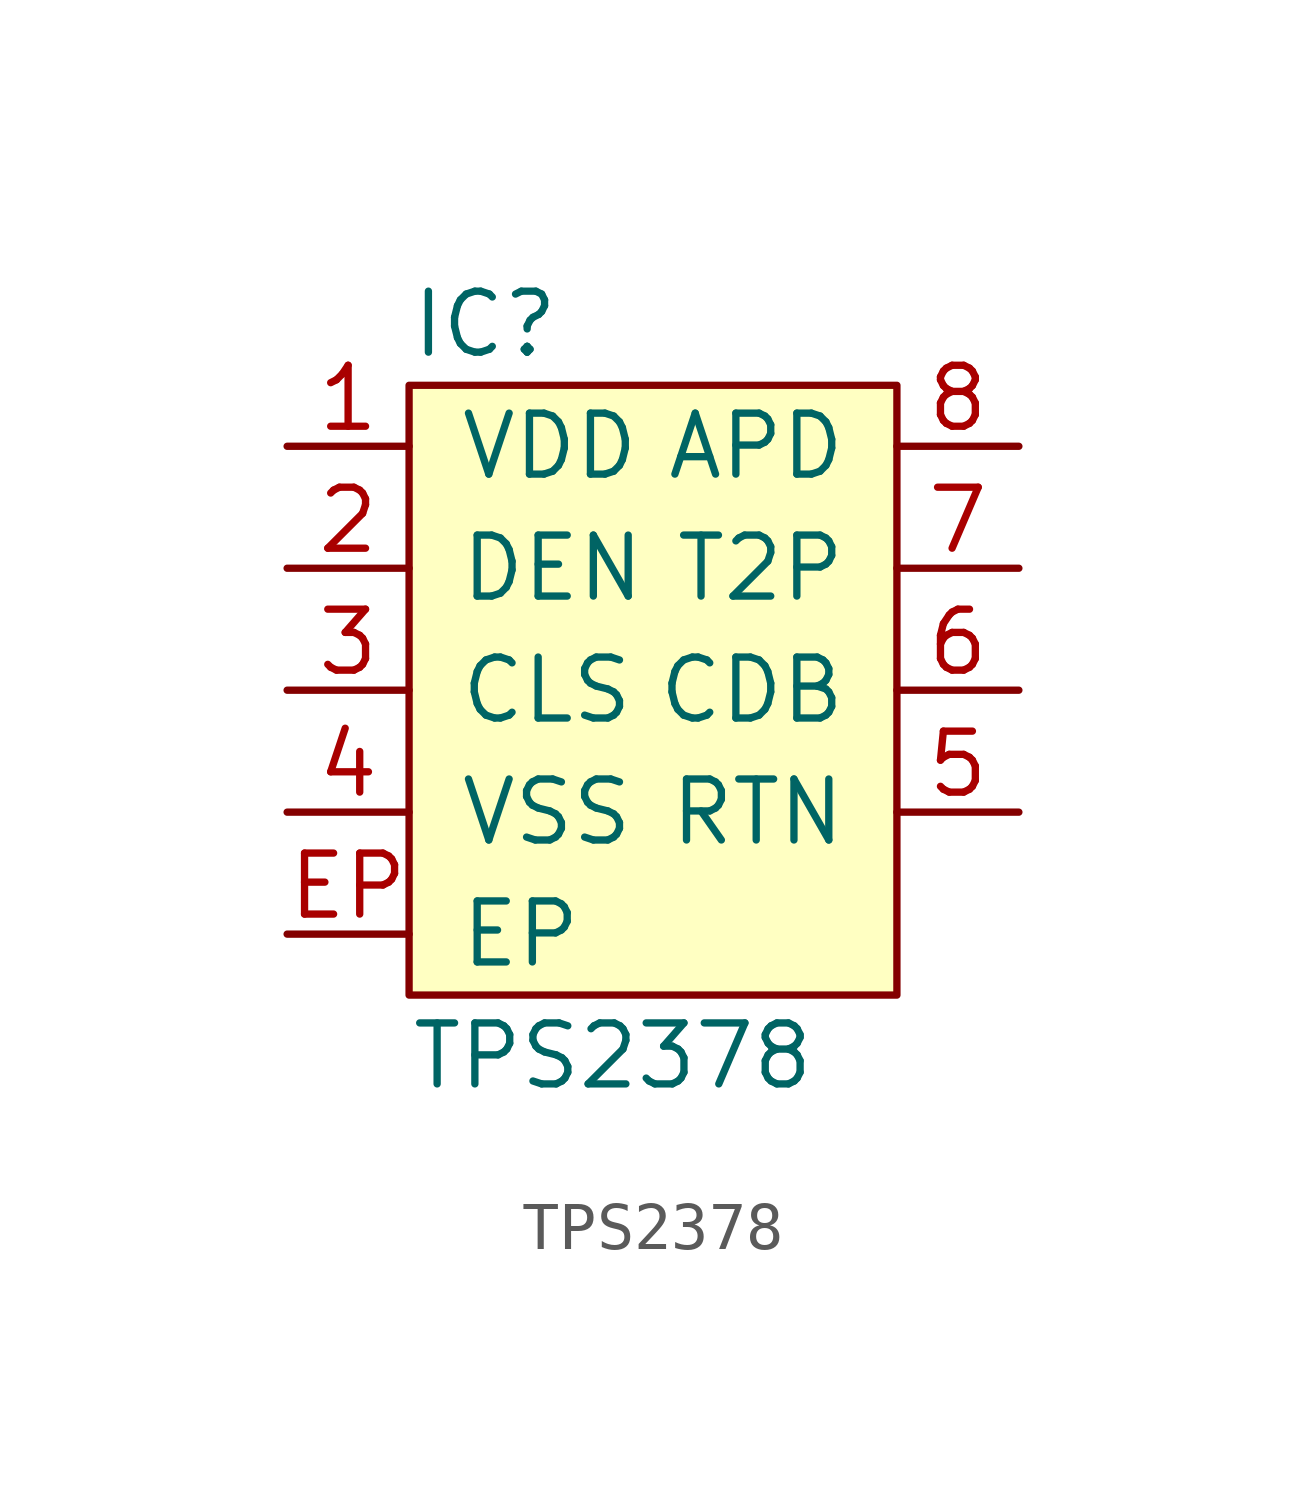
<source format=kicad_sym>
(kicad_symbol_lib
  (version 20211014)
  (generator agg_kicad.build_lib_ic)
  (symbol "TPS2378"
    (pin_names
      (offset 1.016))
    (property Reference IC
      (at -5.08 7.62 0)
      (effects (font (size 1.27 1.27)) (justify left)))
    (property Value "TPS2378"
      (at -5.08 -7.62 0)
      (effects (font (size 1.27 1.27)) (justify left)))
    (symbol "TPS2378_0_0"
      (rectangle (start -5.08 6.35) (end 5.08 -6.35) (stroke (width 0) (type default) (color 0 0 0 0)) (fill (type background)))
      (pin power_in line (at -7.62 5.08 0) (length 2.54) (name VDD (effects (font (size 1.27 1.27)))) (number "1" (effects (font (size 1.27 1.27)))))
      (pin passive line (at -7.62 2.54 0) (length 2.54) (name DEN (effects (font (size 1.27 1.27)))) (number "2" (effects (font (size 1.27 1.27)))))
      (pin passive line (at -7.62 0 0) (length 2.54) (name CLS (effects (font (size 1.27 1.27)))) (number "3" (effects (font (size 1.27 1.27)))))
      (pin power_in line (at -7.62 -2.54 0) (length 2.54) (name VSS (effects (font (size 1.27 1.27)))) (number "4" (effects (font (size 1.27 1.27)))))
      (pin power_in line (at -7.62 -5.08 0) (length 2.54) (name EP (effects (font (size 1.27 1.27)))) (number EP (effects (font (size 1.27 1.27)))))
      (pin input line (at 7.62 5.08 180) (length 2.54) (name APD (effects (font (size 1.27 1.27)))) (number "8" (effects (font (size 1.27 1.27)))))
      (pin output line (at 7.62 2.54 180) (length 2.54) (name "T2P" (effects (font (size 1.27 1.27)))) (number "7" (effects (font (size 1.27 1.27)))))
      (pin output line (at 7.62 0 180) (length 2.54) (name CDB (effects (font (size 1.27 1.27)))) (number "6" (effects (font (size 1.27 1.27)))))
      (pin power_out line (at 7.62 -2.54 180) (length 2.54) (name RTN (effects (font (size 1.27 1.27)))) (number "5" (effects (font (size 1.27 1.27))))))))
</source>
